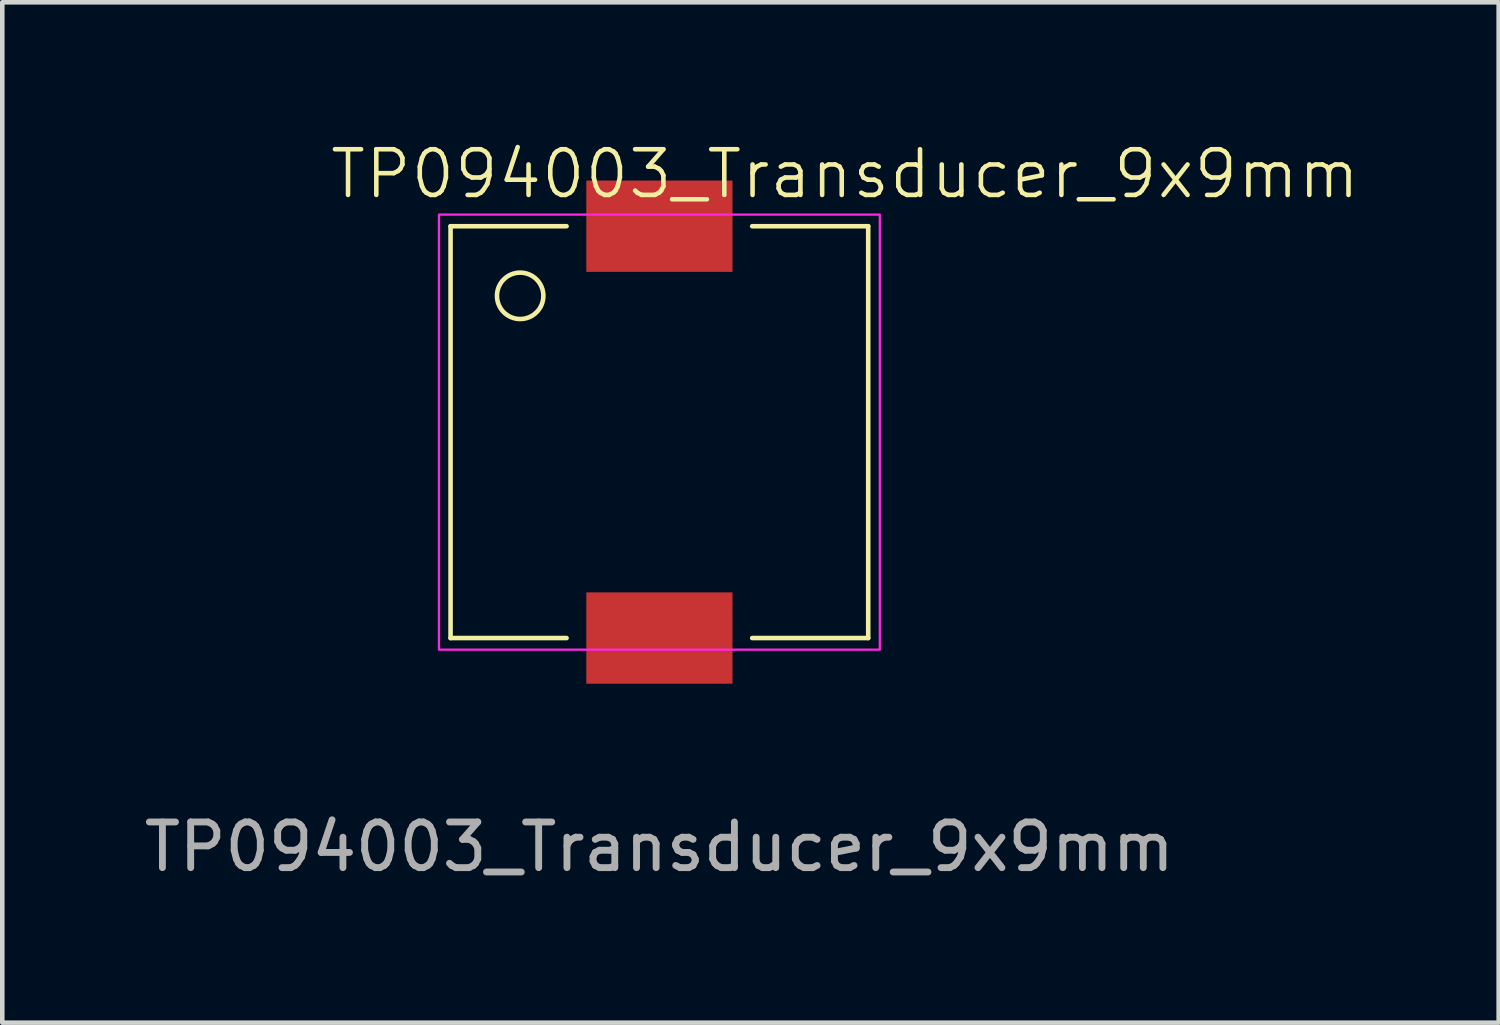
<source format=kicad_pcb>
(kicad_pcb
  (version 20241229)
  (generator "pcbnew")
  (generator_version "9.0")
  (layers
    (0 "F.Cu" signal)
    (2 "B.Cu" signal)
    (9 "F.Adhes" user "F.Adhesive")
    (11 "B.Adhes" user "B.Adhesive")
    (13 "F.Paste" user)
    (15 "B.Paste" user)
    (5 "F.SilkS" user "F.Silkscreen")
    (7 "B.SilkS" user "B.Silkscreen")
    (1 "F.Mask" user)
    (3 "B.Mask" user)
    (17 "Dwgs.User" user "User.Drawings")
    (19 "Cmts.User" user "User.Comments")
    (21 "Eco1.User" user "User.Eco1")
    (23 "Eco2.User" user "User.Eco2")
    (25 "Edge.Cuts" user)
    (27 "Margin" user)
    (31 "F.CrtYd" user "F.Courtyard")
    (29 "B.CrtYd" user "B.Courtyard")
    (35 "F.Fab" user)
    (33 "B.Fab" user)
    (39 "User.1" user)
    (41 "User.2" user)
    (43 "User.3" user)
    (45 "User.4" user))
  (footprint "TP094003_Transducer_9x9mm"
    (layer "F.Cu")
    (at 11.387 1.903)
    (property "Reference" "TP094003_Transducer_9x9mm" (at 4.064 -1.143 0) (unlocked yes) (layer "F.SilkS") (effects (font (size 1 1) (thickness 0.1))))
    (attr smd)
    (fp_line (start -4.572 0) (end -2.032 0) (stroke (width 0.1) (type default)) (layer "F.SilkS"))
    (fp_line (start -4.572 9.017) (end -4.572 0) (stroke (width 0.1) (type default)) (layer "F.SilkS"))
    (fp_line (start -2.032 9.017) (end -4.572 9.017) (stroke (width 0.1) (type default)) (layer "F.SilkS"))
    (fp_line (start 2.032 0) (end 4.572 0) (stroke (width 0.1) (type default)) (layer "F.SilkS"))
    (fp_line (start 4.572 0) (end 4.572 9.017) (stroke (width 0.1) (type default)) (layer "F.SilkS"))
    (fp_line (start 4.572 9.017) (end 2.032 9.017) (stroke (width 0.1) (type default)) (layer "F.SilkS"))
    (fp_circle (center -3.048 1.524) (end -2.54 1.524) (stroke (width 0.1) (type default)) (fill no) (layer "F.SilkS"))
    (fp_rect (start -4.826 -0.254) (end 4.826 9.271) (stroke (width 0.05) (type default)) (fill no) (layer "F.CrtYd"))
    (fp_text user "${REFERENCE}" (at 0 13.589 0) (unlocked yes) (layer "F.Fab") (effects (font (size 1 1) (thickness 0.15))))
    (pad "1" smd rect (at 0 0) (size 3.2 2) (layers "F.Cu" "F.Mask" "F.Paste"))
    (pad "2" smd rect (at 0 9.017) (size 3.2 2) (layers "F.Cu" "F.Mask" "F.Paste")))
  (gr_rect
    (start -3 -3)
    (end 29.763 19.341)
    (stroke (width 0.1) (type default))
    (fill no)
    (layer "Edge.Cuts")))
</source>
